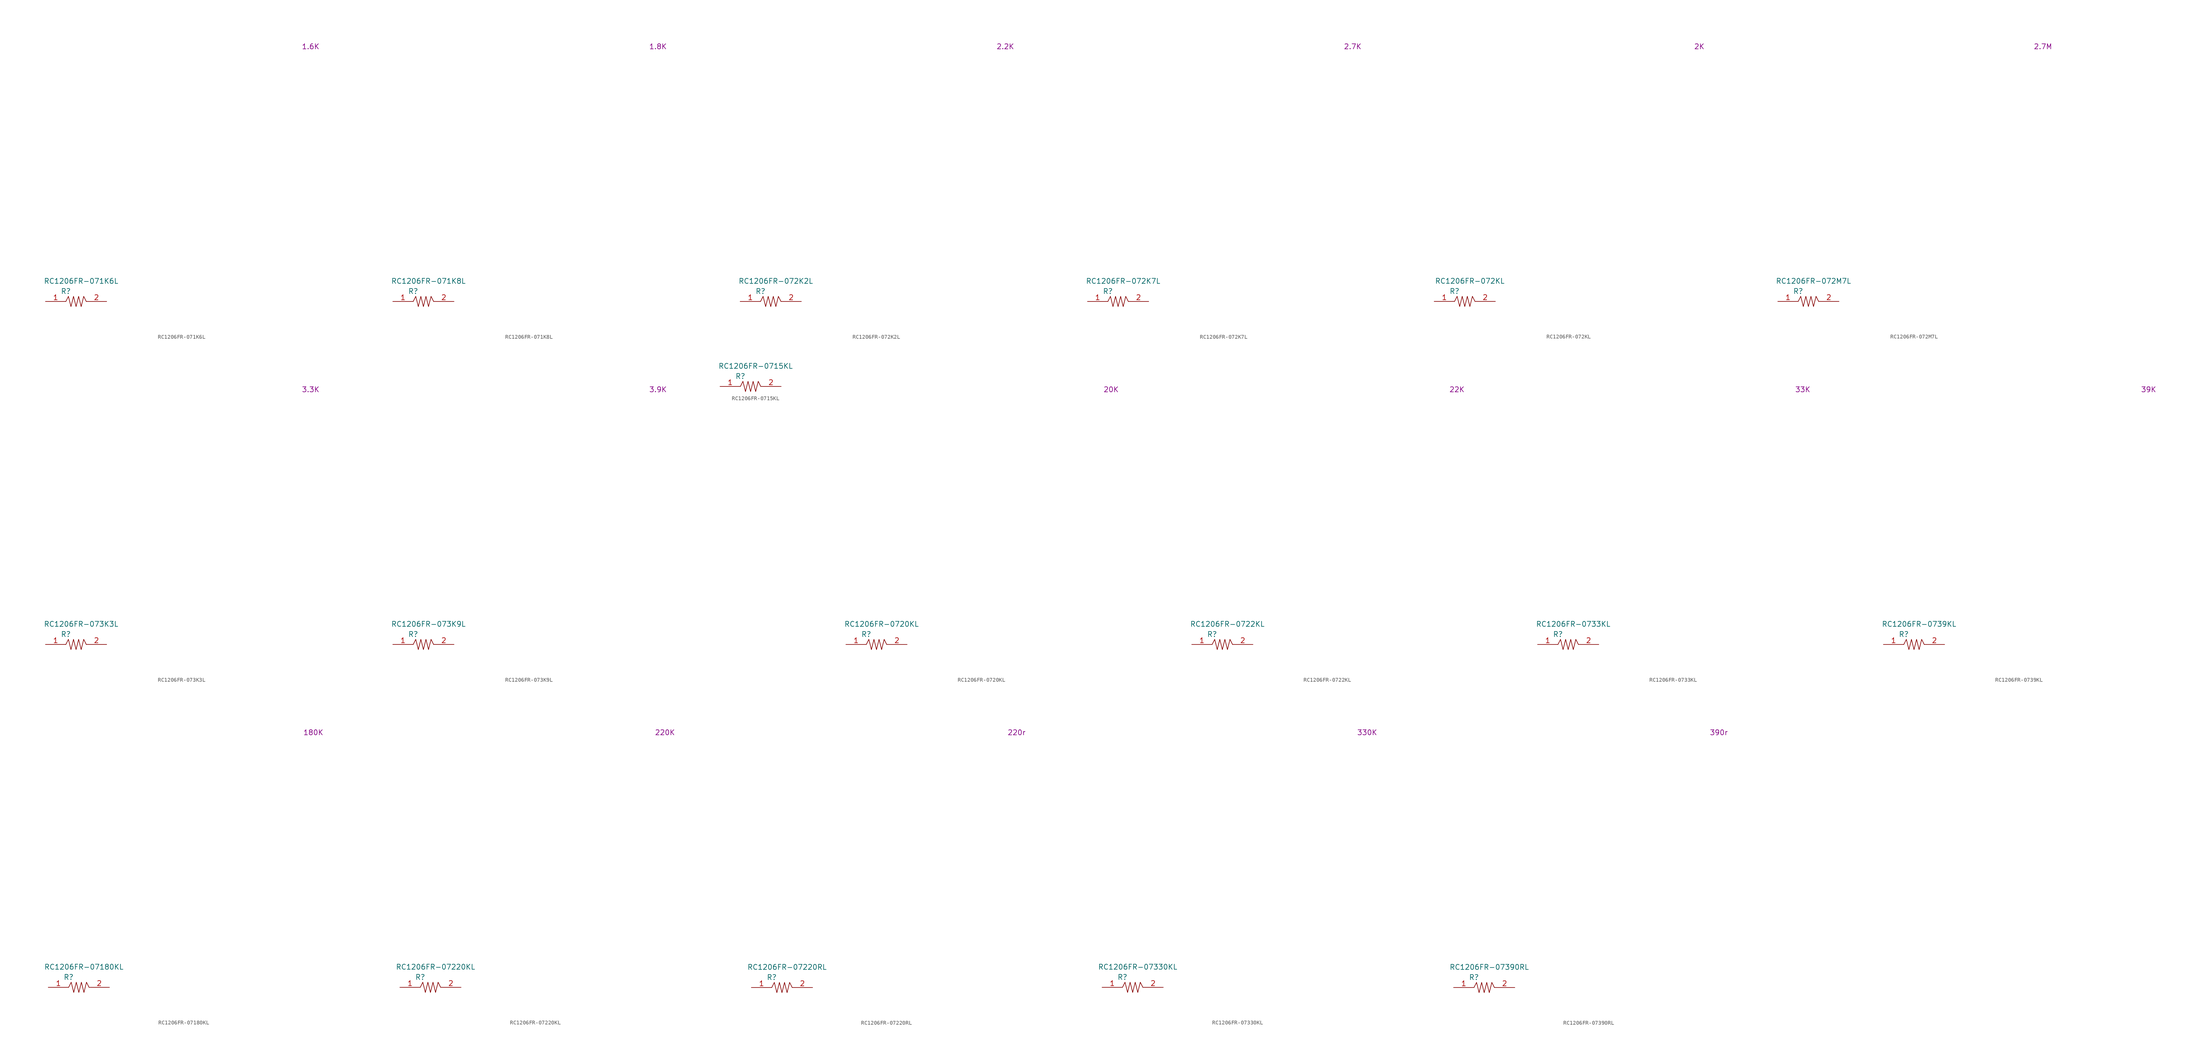
<source format=kicad_sym>
(kicad_symbol_lib
  (version 20231120)
  (generator "kicad_symbol_editor")
  (generator_version "8.0")
  (symbol "RC1206FR-071K6L"
    (pin_names
      (offset 1.016))
    (property "Reference" "R"
      (at -2.54 2.54 0)
      (effects (font (size 1.27 1.27))))
    (property "Value" "RC1206FR-071K6L"
      (at 1.27 5.08 0)
      (effects (font (size 1.27 1.27))))
    (property "_Value_" "1.6K"
      (at 58.42 63.5 0)
      (effects (font (size 1.27 1.27))))
    (symbol "RC1206FR-071K6L_1_1"
      (polyline (pts (xy -2.54 0) (xy -1.905 1.27) (xy -1.27 -1.27) (xy -0.635 1.27) (xy 0 -1.27) (xy 0.635 1.27) (xy 1.27 -1.27) (xy 1.905 1.27) (xy 2.54 0)) (stroke (width 0) (type default)) (fill (type none)))
      (pin passive line (at -7.62 0 0) (length 5.08) (name "~" (effects (font (size 1.27 1.27)))) (number "1" (effects (font (size 1.27 1.27)))))
      (pin passive line (at 7.62 0 180) (length 5.08) (name "~" (effects (font (size 1.27 1.27)))) (number "2" (effects (font (size 1.27 1.27)))))))
  (symbol "RC1206FR-071K8L"
    (pin_names
      (offset 1.016))
    (property "Reference" "R"
      (at -2.54 2.54 0)
      (effects (font (size 1.27 1.27))))
    (property "Value" "RC1206FR-071K8L"
      (at 1.27 5.08 0)
      (effects (font (size 1.27 1.27))))
    (property "_Value_" "1.8K"
      (at 58.42 63.5 0)
      (effects (font (size 1.27 1.27))))
    (symbol "RC1206FR-071K8L_1_1"
      (polyline (pts (xy -2.54 0) (xy -1.905 1.27) (xy -1.27 -1.27) (xy -0.635 1.27) (xy 0 -1.27) (xy 0.635 1.27) (xy 1.27 -1.27) (xy 1.905 1.27) (xy 2.54 0)) (stroke (width 0) (type default)) (fill (type none)))
      (pin passive line (at -7.62 0 0) (length 5.08) (name "~" (effects (font (size 1.27 1.27)))) (number "1" (effects (font (size 1.27 1.27)))))
      (pin passive line (at 7.62 0 180) (length 5.08) (name "~" (effects (font (size 1.27 1.27)))) (number "2" (effects (font (size 1.27 1.27)))))))
  (symbol "RC1206FR-072K2L"
    (pin_names
      (offset 1.016))
    (property "Reference" "R"
      (at -2.54 2.54 0)
      (effects (font (size 1.27 1.27))))
    (property "Value" "RC1206FR-072K2L"
      (at 1.27 5.08 0)
      (effects (font (size 1.27 1.27))))
    (property "_Value_" "2.2K"
      (at 58.42 63.5 0)
      (effects (font (size 1.27 1.27))))
    (symbol "RC1206FR-072K2L_1_1"
      (polyline (pts (xy -2.54 0) (xy -1.905 1.27) (xy -1.27 -1.27) (xy -0.635 1.27) (xy 0 -1.27) (xy 0.635 1.27) (xy 1.27 -1.27) (xy 1.905 1.27) (xy 2.54 0)) (stroke (width 0) (type default)) (fill (type none)))
      (pin passive line (at -7.62 0 0) (length 5.08) (name "~" (effects (font (size 1.27 1.27)))) (number "1" (effects (font (size 1.27 1.27)))))
      (pin passive line (at 7.62 0 180) (length 5.08) (name "~" (effects (font (size 1.27 1.27)))) (number "2" (effects (font (size 1.27 1.27)))))))
  (symbol "RC1206FR-072K7L"
    (pin_names
      (offset 1.016))
    (property "Reference" "R"
      (at -2.54 2.54 0)
      (effects (font (size 1.27 1.27))))
    (property "Value" "RC1206FR-072K7L"
      (at 1.27 5.08 0)
      (effects (font (size 1.27 1.27))))
    (property "_Value_" "2.7K"
      (at 58.42 63.5 0)
      (effects (font (size 1.27 1.27))))
    (symbol "RC1206FR-072K7L_1_1"
      (polyline (pts (xy -2.54 0) (xy -1.905 1.27) (xy -1.27 -1.27) (xy -0.635 1.27) (xy 0 -1.27) (xy 0.635 1.27) (xy 1.27 -1.27) (xy 1.905 1.27) (xy 2.54 0)) (stroke (width 0) (type default)) (fill (type none)))
      (pin passive line (at -7.62 0 0) (length 5.08) (name "~" (effects (font (size 1.27 1.27)))) (number "1" (effects (font (size 1.27 1.27)))))
      (pin passive line (at 7.62 0 180) (length 5.08) (name "~" (effects (font (size 1.27 1.27)))) (number "2" (effects (font (size 1.27 1.27)))))))
  (symbol "RC1206FR-072KL"
    (pin_names
      (offset 1.016))
    (property "Reference" "R"
      (at -2.54 2.54 0)
      (effects (font (size 1.27 1.27))))
    (property "Value" "RC1206FR-072KL"
      (at 1.27 5.08 0)
      (effects (font (size 1.27 1.27))))
    (property "_Value_" "2K"
      (at 58.42 63.5 0)
      (effects (font (size 1.27 1.27))))
    (symbol "RC1206FR-072KL_1_1"
      (polyline (pts (xy -2.54 0) (xy -1.905 1.27) (xy -1.27 -1.27) (xy -0.635 1.27) (xy 0 -1.27) (xy 0.635 1.27) (xy 1.27 -1.27) (xy 1.905 1.27) (xy 2.54 0)) (stroke (width 0) (type default)) (fill (type none)))
      (pin passive line (at -7.62 0 0) (length 5.08) (name "~" (effects (font (size 1.27 1.27)))) (number "1" (effects (font (size 1.27 1.27)))))
      (pin passive line (at 7.62 0 180) (length 5.08) (name "~" (effects (font (size 1.27 1.27)))) (number "2" (effects (font (size 1.27 1.27)))))))
  (symbol "RC1206FR-072M7L"
    (pin_names
      (offset 1.016))
    (property "Reference" "R"
      (at -2.54 2.54 0)
      (effects (font (size 1.27 1.27))))
    (property "Value" "RC1206FR-072M7L"
      (at 1.27 5.08 0)
      (effects (font (size 1.27 1.27))))
    (property "_Value_" "2.7M"
      (at 58.42 63.5 0)
      (effects (font (size 1.27 1.27))))
    (symbol "RC1206FR-072M7L_1_1"
      (polyline (pts (xy -2.54 0) (xy -1.905 1.27) (xy -1.27 -1.27) (xy -0.635 1.27) (xy 0 -1.27) (xy 0.635 1.27) (xy 1.27 -1.27) (xy 1.905 1.27) (xy 2.54 0)) (stroke (width 0) (type default)) (fill (type none)))
      (pin passive line (at -7.62 0 0) (length 5.08) (name "~" (effects (font (size 1.27 1.27)))) (number "1" (effects (font (size 1.27 1.27)))))
      (pin passive line (at 7.62 0 180) (length 5.08) (name "~" (effects (font (size 1.27 1.27)))) (number "2" (effects (font (size 1.27 1.27)))))))
  (symbol "RC1206FR-073K3L"
    (pin_names
      (offset 1.016))
    (property "Reference" "R"
      (at -2.54 2.54 0)
      (effects (font (size 1.27 1.27))))
    (property "Value" "RC1206FR-073K3L"
      (at 1.27 5.08 0)
      (effects (font (size 1.27 1.27))))
    (property "_Value_" "3.3K"
      (at 58.42 63.5 0)
      (effects (font (size 1.27 1.27))))
    (symbol "RC1206FR-073K3L_1_1"
      (polyline (pts (xy -2.54 0) (xy -1.905 1.27) (xy -1.27 -1.27) (xy -0.635 1.27) (xy 0 -1.27) (xy 0.635 1.27) (xy 1.27 -1.27) (xy 1.905 1.27) (xy 2.54 0)) (stroke (width 0) (type default)) (fill (type none)))
      (pin passive line (at -7.62 0 0) (length 5.08) (name "~" (effects (font (size 1.27 1.27)))) (number "1" (effects (font (size 1.27 1.27)))))
      (pin passive line (at 7.62 0 180) (length 5.08) (name "~" (effects (font (size 1.27 1.27)))) (number "2" (effects (font (size 1.27 1.27)))))))
  (symbol "RC1206FR-073K9L"
    (pin_names
      (offset 1.016))
    (property "Reference" "R"
      (at -2.54 2.54 0)
      (effects (font (size 1.27 1.27))))
    (property "Value" "RC1206FR-073K9L"
      (at 1.27 5.08 0)
      (effects (font (size 1.27 1.27))))
    (property "_Value_" "3.9K"
      (at 58.42 63.5 0)
      (effects (font (size 1.27 1.27))))
    (symbol "RC1206FR-073K9L_1_1"
      (polyline (pts (xy -2.54 0) (xy -1.905 1.27) (xy -1.27 -1.27) (xy -0.635 1.27) (xy 0 -1.27) (xy 0.635 1.27) (xy 1.27 -1.27) (xy 1.905 1.27) (xy 2.54 0)) (stroke (width 0) (type default)) (fill (type none)))
      (pin passive line (at -7.62 0 0) (length 5.08) (name "~" (effects (font (size 1.27 1.27)))) (number "1" (effects (font (size 1.27 1.27)))))
      (pin passive line (at 7.62 0 180) (length 5.08) (name "~" (effects (font (size 1.27 1.27)))) (number "2" (effects (font (size 1.27 1.27)))))))
  (symbol "RC1206FR-0715KL"
    (pin_names
      (offset 1.016))
    (property "Reference" "R"
      (at -2.54 2.54 0)
      (effects (font (size 1.27 1.27))))
    (property "Value" "RC1206FR-0715KL"
      (at 1.27 5.08 0)
      (effects (font (size 1.27 1.27))))
    (symbol "RC1206FR-0715KL_1_1"
      (polyline (pts (xy -2.54 0) (xy -1.905 1.27) (xy -1.27 -1.27) (xy -0.635 1.27) (xy 0 -1.27) (xy 0.635 1.27) (xy 1.27 -1.27) (xy 1.905 1.27) (xy 2.54 0)) (stroke (width 0) (type default)) (fill (type none)))
      (pin passive line (at -7.62 0 0) (length 5.08) (name "~" (effects (font (size 1.27 1.27)))) (number "1" (effects (font (size 1.27 1.27)))))
      (pin passive line (at 7.62 0 180) (length 5.08) (name "~" (effects (font (size 1.27 1.27)))) (number "2" (effects (font (size 1.27 1.27)))))))
  (symbol "RC1206FR-0720KL"
    (pin_names
      (offset 1.016))
    (property "Reference" "R"
      (at -2.54 2.54 0)
      (effects (font (size 1.27 1.27))))
    (property "Value" "RC1206FR-0720KL"
      (at 1.27 5.08 0)
      (effects (font (size 1.27 1.27))))
    (property "_Value_" "20K"
      (at 58.42 63.5 0)
      (effects (font (size 1.27 1.27))))
    (symbol "RC1206FR-0720KL_1_1"
      (polyline (pts (xy -2.54 0) (xy -1.905 1.27) (xy -1.27 -1.27) (xy -0.635 1.27) (xy 0 -1.27) (xy 0.635 1.27) (xy 1.27 -1.27) (xy 1.905 1.27) (xy 2.54 0)) (stroke (width 0) (type default)) (fill (type none)))
      (pin passive line (at -7.62 0 0) (length 5.08) (name "~" (effects (font (size 1.27 1.27)))) (number "1" (effects (font (size 1.27 1.27)))))
      (pin passive line (at 7.62 0 180) (length 5.08) (name "~" (effects (font (size 1.27 1.27)))) (number "2" (effects (font (size 1.27 1.27)))))))
  (symbol "RC1206FR-0722KL"
    (pin_names
      (offset 1.016))
    (property "Reference" "R"
      (at -2.54 2.54 0)
      (effects (font (size 1.27 1.27))))
    (property "Value" "RC1206FR-0722KL"
      (at 1.27 5.08 0)
      (effects (font (size 1.27 1.27))))
    (property "_Value_" "22K"
      (at 58.42 63.5 0)
      (effects (font (size 1.27 1.27))))
    (symbol "RC1206FR-0722KL_1_1"
      (polyline (pts (xy -2.54 0) (xy -1.905 1.27) (xy -1.27 -1.27) (xy -0.635 1.27) (xy 0 -1.27) (xy 0.635 1.27) (xy 1.27 -1.27) (xy 1.905 1.27) (xy 2.54 0)) (stroke (width 0) (type default)) (fill (type none)))
      (pin passive line (at -7.62 0 0) (length 5.08) (name "~" (effects (font (size 1.27 1.27)))) (number "1" (effects (font (size 1.27 1.27)))))
      (pin passive line (at 7.62 0 180) (length 5.08) (name "~" (effects (font (size 1.27 1.27)))) (number "2" (effects (font (size 1.27 1.27)))))))
  (symbol "RC1206FR-0733KL"
    (pin_names
      (offset 1.016))
    (property "Reference" "R"
      (at -2.54 2.54 0)
      (effects (font (size 1.27 1.27))))
    (property "Value" "RC1206FR-0733KL"
      (at 1.27 5.08 0)
      (effects (font (size 1.27 1.27))))
    (property "_Value_" "33K"
      (at 58.42 63.5 0)
      (effects (font (size 1.27 1.27))))
    (symbol "RC1206FR-0733KL_1_1"
      (polyline (pts (xy -2.54 0) (xy -1.905 1.27) (xy -1.27 -1.27) (xy -0.635 1.27) (xy 0 -1.27) (xy 0.635 1.27) (xy 1.27 -1.27) (xy 1.905 1.27) (xy 2.54 0)) (stroke (width 0) (type default)) (fill (type none)))
      (pin passive line (at -7.62 0 0) (length 5.08) (name "~" (effects (font (size 1.27 1.27)))) (number "1" (effects (font (size 1.27 1.27)))))
      (pin passive line (at 7.62 0 180) (length 5.08) (name "~" (effects (font (size 1.27 1.27)))) (number "2" (effects (font (size 1.27 1.27)))))))
  (symbol "RC1206FR-0739KL"
    (pin_names
      (offset 1.016))
    (property "Reference" "R"
      (at -2.54 2.54 0)
      (effects (font (size 1.27 1.27))))
    (property "Value" "RC1206FR-0739KL"
      (at 1.27 5.08 0)
      (effects (font (size 1.27 1.27))))
    (property "_Value_" "39K"
      (at 58.42 63.5 0)
      (effects (font (size 1.27 1.27))))
    (symbol "RC1206FR-0739KL_1_1"
      (polyline (pts (xy -2.54 0) (xy -1.905 1.27) (xy -1.27 -1.27) (xy -0.635 1.27) (xy 0 -1.27) (xy 0.635 1.27) (xy 1.27 -1.27) (xy 1.905 1.27) (xy 2.54 0)) (stroke (width 0) (type default)) (fill (type none)))
      (pin passive line (at -7.62 0 0) (length 5.08) (name "~" (effects (font (size 1.27 1.27)))) (number "1" (effects (font (size 1.27 1.27)))))
      (pin passive line (at 7.62 0 180) (length 5.08) (name "~" (effects (font (size 1.27 1.27)))) (number "2" (effects (font (size 1.27 1.27)))))))
  (symbol "RC1206FR-07180KL"
    (pin_names
      (offset 1.016))
    (property "Reference" "R"
      (at -2.54 2.54 0)
      (effects (font (size 1.27 1.27))))
    (property "Value" "RC1206FR-07180KL"
      (at 1.27 5.08 0)
      (effects (font (size 1.27 1.27))))
    (property "_Value_" "180K"
      (at 58.42 63.5 0)
      (effects (font (size 1.27 1.27))))
    (symbol "RC1206FR-07180KL_1_1"
      (polyline (pts (xy -2.54 0) (xy -1.905 1.27) (xy -1.27 -1.27) (xy -0.635 1.27) (xy 0 -1.27) (xy 0.635 1.27) (xy 1.27 -1.27) (xy 1.905 1.27) (xy 2.54 0)) (stroke (width 0) (type default)) (fill (type none)))
      (pin passive line (at -7.62 0 0) (length 5.08) (name "~" (effects (font (size 1.27 1.27)))) (number "1" (effects (font (size 1.27 1.27)))))
      (pin passive line (at 7.62 0 180) (length 5.08) (name "~" (effects (font (size 1.27 1.27)))) (number "2" (effects (font (size 1.27 1.27)))))))
  (symbol "RC1206FR-07220KL"
    (pin_names
      (offset 1.016))
    (property "Reference" "R"
      (at -2.54 2.54 0)
      (effects (font (size 1.27 1.27))))
    (property "Value" "RC1206FR-07220KL"
      (at 1.27 5.08 0)
      (effects (font (size 1.27 1.27))))
    (property "_Value_" "220K"
      (at 58.42 63.5 0)
      (effects (font (size 1.27 1.27))))
    (symbol "RC1206FR-07220KL_1_1"
      (polyline (pts (xy -2.54 0) (xy -1.905 1.27) (xy -1.27 -1.27) (xy -0.635 1.27) (xy 0 -1.27) (xy 0.635 1.27) (xy 1.27 -1.27) (xy 1.905 1.27) (xy 2.54 0)) (stroke (width 0) (type default)) (fill (type none)))
      (pin passive line (at -7.62 0 0) (length 5.08) (name "~" (effects (font (size 1.27 1.27)))) (number "1" (effects (font (size 1.27 1.27)))))
      (pin passive line (at 7.62 0 180) (length 5.08) (name "~" (effects (font (size 1.27 1.27)))) (number "2" (effects (font (size 1.27 1.27)))))))
  (symbol "RC1206FR-07220RL"
    (pin_names
      (offset 1.016))
    (property "Reference" "R"
      (at -2.54 2.54 0)
      (effects (font (size 1.27 1.27))))
    (property "Value" "RC1206FR-07220RL"
      (at 1.27 5.08 0)
      (effects (font (size 1.27 1.27))))
    (property "_Value_" "220r"
      (at 58.42 63.5 0)
      (effects (font (size 1.27 1.27))))
    (symbol "RC1206FR-07220RL_1_1"
      (polyline (pts (xy -2.54 0) (xy -1.905 1.27) (xy -1.27 -1.27) (xy -0.635 1.27) (xy 0 -1.27) (xy 0.635 1.27) (xy 1.27 -1.27) (xy 1.905 1.27) (xy 2.54 0)) (stroke (width 0) (type default)) (fill (type none)))
      (pin passive line (at -7.62 0 0) (length 5.08) (name "~" (effects (font (size 1.27 1.27)))) (number "1" (effects (font (size 1.27 1.27)))))
      (pin passive line (at 7.62 0 180) (length 5.08) (name "~" (effects (font (size 1.27 1.27)))) (number "2" (effects (font (size 1.27 1.27)))))))
  (symbol "RC1206FR-07330KL"
    (pin_names
      (offset 1.016))
    (property "Reference" "R"
      (at -2.54 2.54 0)
      (effects (font (size 1.27 1.27))))
    (property "Value" "RC1206FR-07330KL"
      (at 1.27 5.08 0)
      (effects (font (size 1.27 1.27))))
    (property "_Value_" "330K"
      (at 58.42 63.5 0)
      (effects (font (size 1.27 1.27))))
    (symbol "RC1206FR-07330KL_1_1"
      (polyline (pts (xy -2.54 0) (xy -1.905 1.27) (xy -1.27 -1.27) (xy -0.635 1.27) (xy 0 -1.27) (xy 0.635 1.27) (xy 1.27 -1.27) (xy 1.905 1.27) (xy 2.54 0)) (stroke (width 0) (type default)) (fill (type none)))
      (pin passive line (at -7.62 0 0) (length 5.08) (name "~" (effects (font (size 1.27 1.27)))) (number "1" (effects (font (size 1.27 1.27)))))
      (pin passive line (at 7.62 0 180) (length 5.08) (name "~" (effects (font (size 1.27 1.27)))) (number "2" (effects (font (size 1.27 1.27)))))))
  (symbol "RC1206FR-07390RL"
    (pin_names
      (offset 1.016))
    (property "Reference" "R"
      (at -2.54 2.54 0)
      (effects (font (size 1.27 1.27))))
    (property "Value" "RC1206FR-07390RL"
      (at 1.27 5.08 0)
      (effects (font (size 1.27 1.27))))
    (property "_Value_" "390r"
      (at 58.42 63.5 0)
      (effects (font (size 1.27 1.27))))
    (symbol "RC1206FR-07390RL_1_1"
      (polyline (pts (xy -2.54 0) (xy -1.905 1.27) (xy -1.27 -1.27) (xy -0.635 1.27) (xy 0 -1.27) (xy 0.635 1.27) (xy 1.27 -1.27) (xy 1.905 1.27) (xy 2.54 0)) (stroke (width 0) (type default)) (fill (type none)))
      (pin passive line (at -7.62 0 0) (length 5.08) (name "~" (effects (font (size 1.27 1.27)))) (number "1" (effects (font (size 1.27 1.27)))))
      (pin passive line (at 7.62 0 180) (length 5.08) (name "~" (effects (font (size 1.27 1.27)))) (number "2" (effects (font (size 1.27 1.27))))))))
</source>
